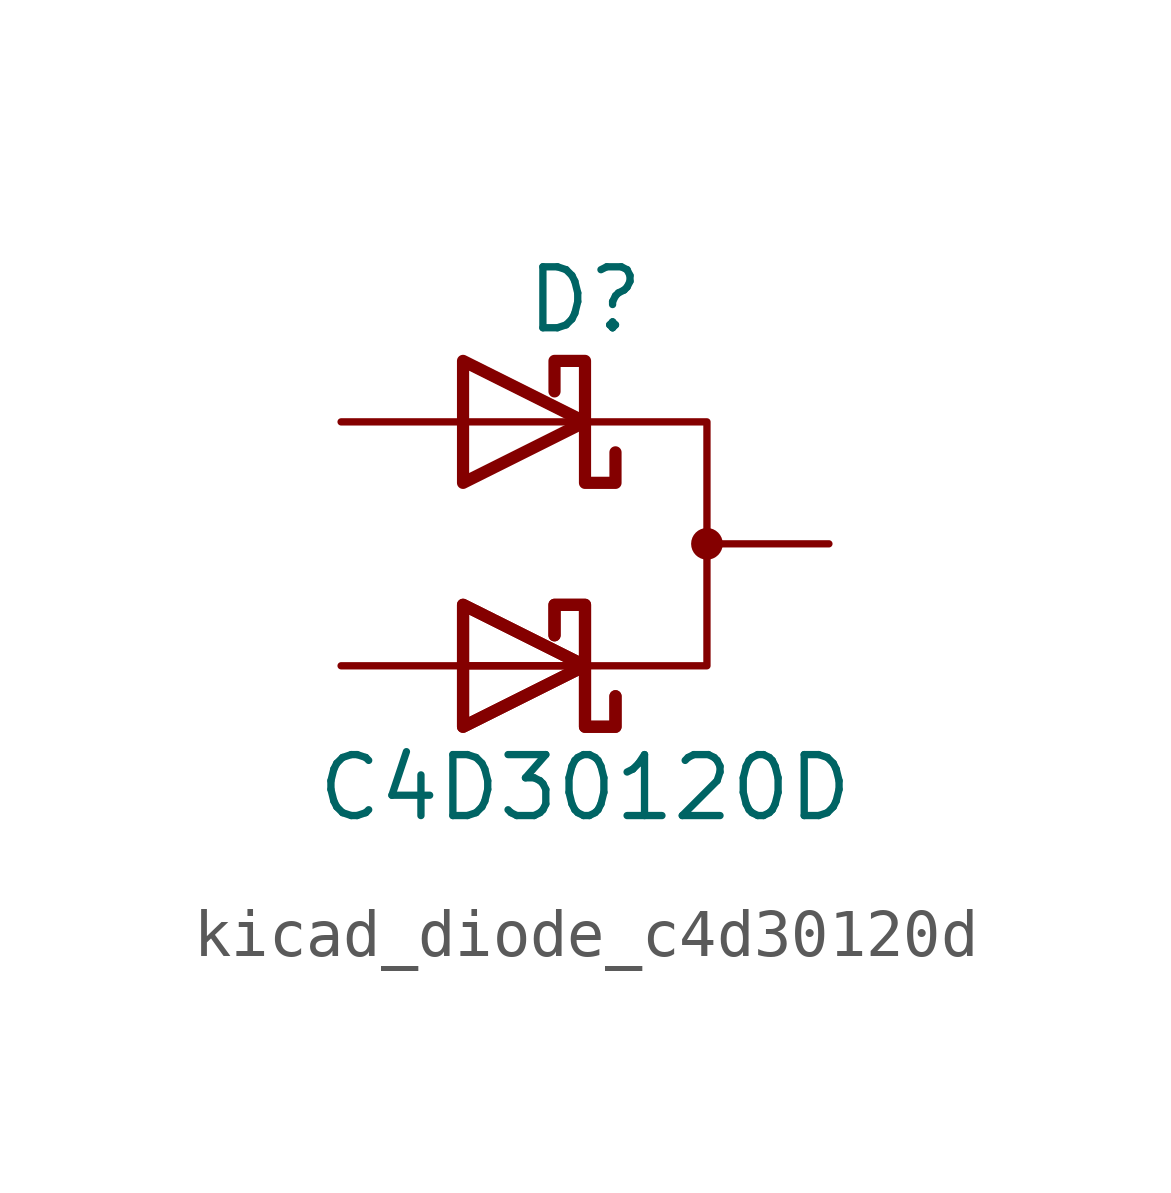
<source format=kicad_sym>
(kicad_symbol_lib
  (version 20220914)
  (generator kicad_symbol_editor)
  (symbol "kicad_diode_c4d30120d"
    (pin_numbers hide)
    (pin_names
      (offset 1.016) hide)
    (property "Reference" "D"
      (at 0 5.08 0)
      (effects (font (size 1.27 1.27))))
    (property "Value" "C4D30120D"
      (at 0 -5.08 0)
      (effects (font (size 1.27 1.27))))
    (symbol "kicad_diode_c4d30120d_0_1"
      (polyline (pts (xy -2.54 -2.54) (xy 0 -2.54)) (stroke (width 0) (type default)) (fill (type none)))
      (polyline (pts (xy -2.54 -2.54) (xy 0 -2.54)) (stroke (width 0) (type default)) (fill (type none)))
      (polyline (pts (xy -2.54 2.54) (xy 0 2.54)) (stroke (width 0) (type default)) (fill (type none)))
      (polyline (pts (xy -2.54 -3.81) (xy -2.54 -1.27) (xy 0 -2.54) (xy -2.54 -3.81)) (stroke (width 0.254) (type default)) (fill (type none)))
      (polyline (pts (xy -2.54 -3.81) (xy -2.54 -1.27) (xy 0 -2.54) (xy -2.54 -3.81)) (stroke (width 0.254) (type default)) (fill (type none)))
      (polyline (pts (xy -2.54 1.27) (xy -2.54 3.81) (xy 0 2.54) (xy -2.54 1.27)) (stroke (width 0.254) (type default)) (fill (type none)))
      (polyline (pts (xy 0 2.54) (xy 2.54 2.54) (xy 2.54 -2.54) (xy 0 -2.54)) (stroke (width 0) (type default)) (fill (type none)))
      (polyline (pts (xy 0.635 -3.175) (xy 0.635 -3.81) (xy 0 -3.81) (xy 0 -1.27) (xy -0.635 -1.27) (xy -0.635 -1.905)) (stroke (width 0.254) (type default)) (fill (type none)))
      (polyline (pts (xy 0.635 -3.175) (xy 0.635 -3.81) (xy 0 -3.81) (xy 0 -1.27) (xy -0.635 -1.27) (xy -0.635 -1.905)) (stroke (width 0.254) (type default)) (fill (type none)))
      (polyline (pts (xy 0.635 1.905) (xy 0.635 1.27) (xy 0 1.27) (xy 0 3.81) (xy -0.635 3.81) (xy -0.635 3.175)) (stroke (width 0.254) (type default)) (fill (type none)))
      (circle (center 2.54 0) (radius 0.254) (stroke (width 0) (type default)) (fill (type outline))))
    (symbol "kicad_diode_c4d30120d_1_1"
      (pin passive line (at -5.08 2.54 0) (length 2.54) (name "A1" (effects (font (size 1.27 1.27)))) (number "1" (effects (font (size 1.27 1.27)))))
      (pin passive line (at 5.08 0 180) (length 2.54) (name "K" (effects (font (size 1.27 1.27)))) (number "2" (effects (font (size 1.27 1.27)))))
      (pin passive line (at -5.08 -2.54 0) (length 2.54) (name "A2" (effects (font (size 1.27 1.27)))) (number "3" (effects (font (size 1.27 1.27))))))))
</source>
